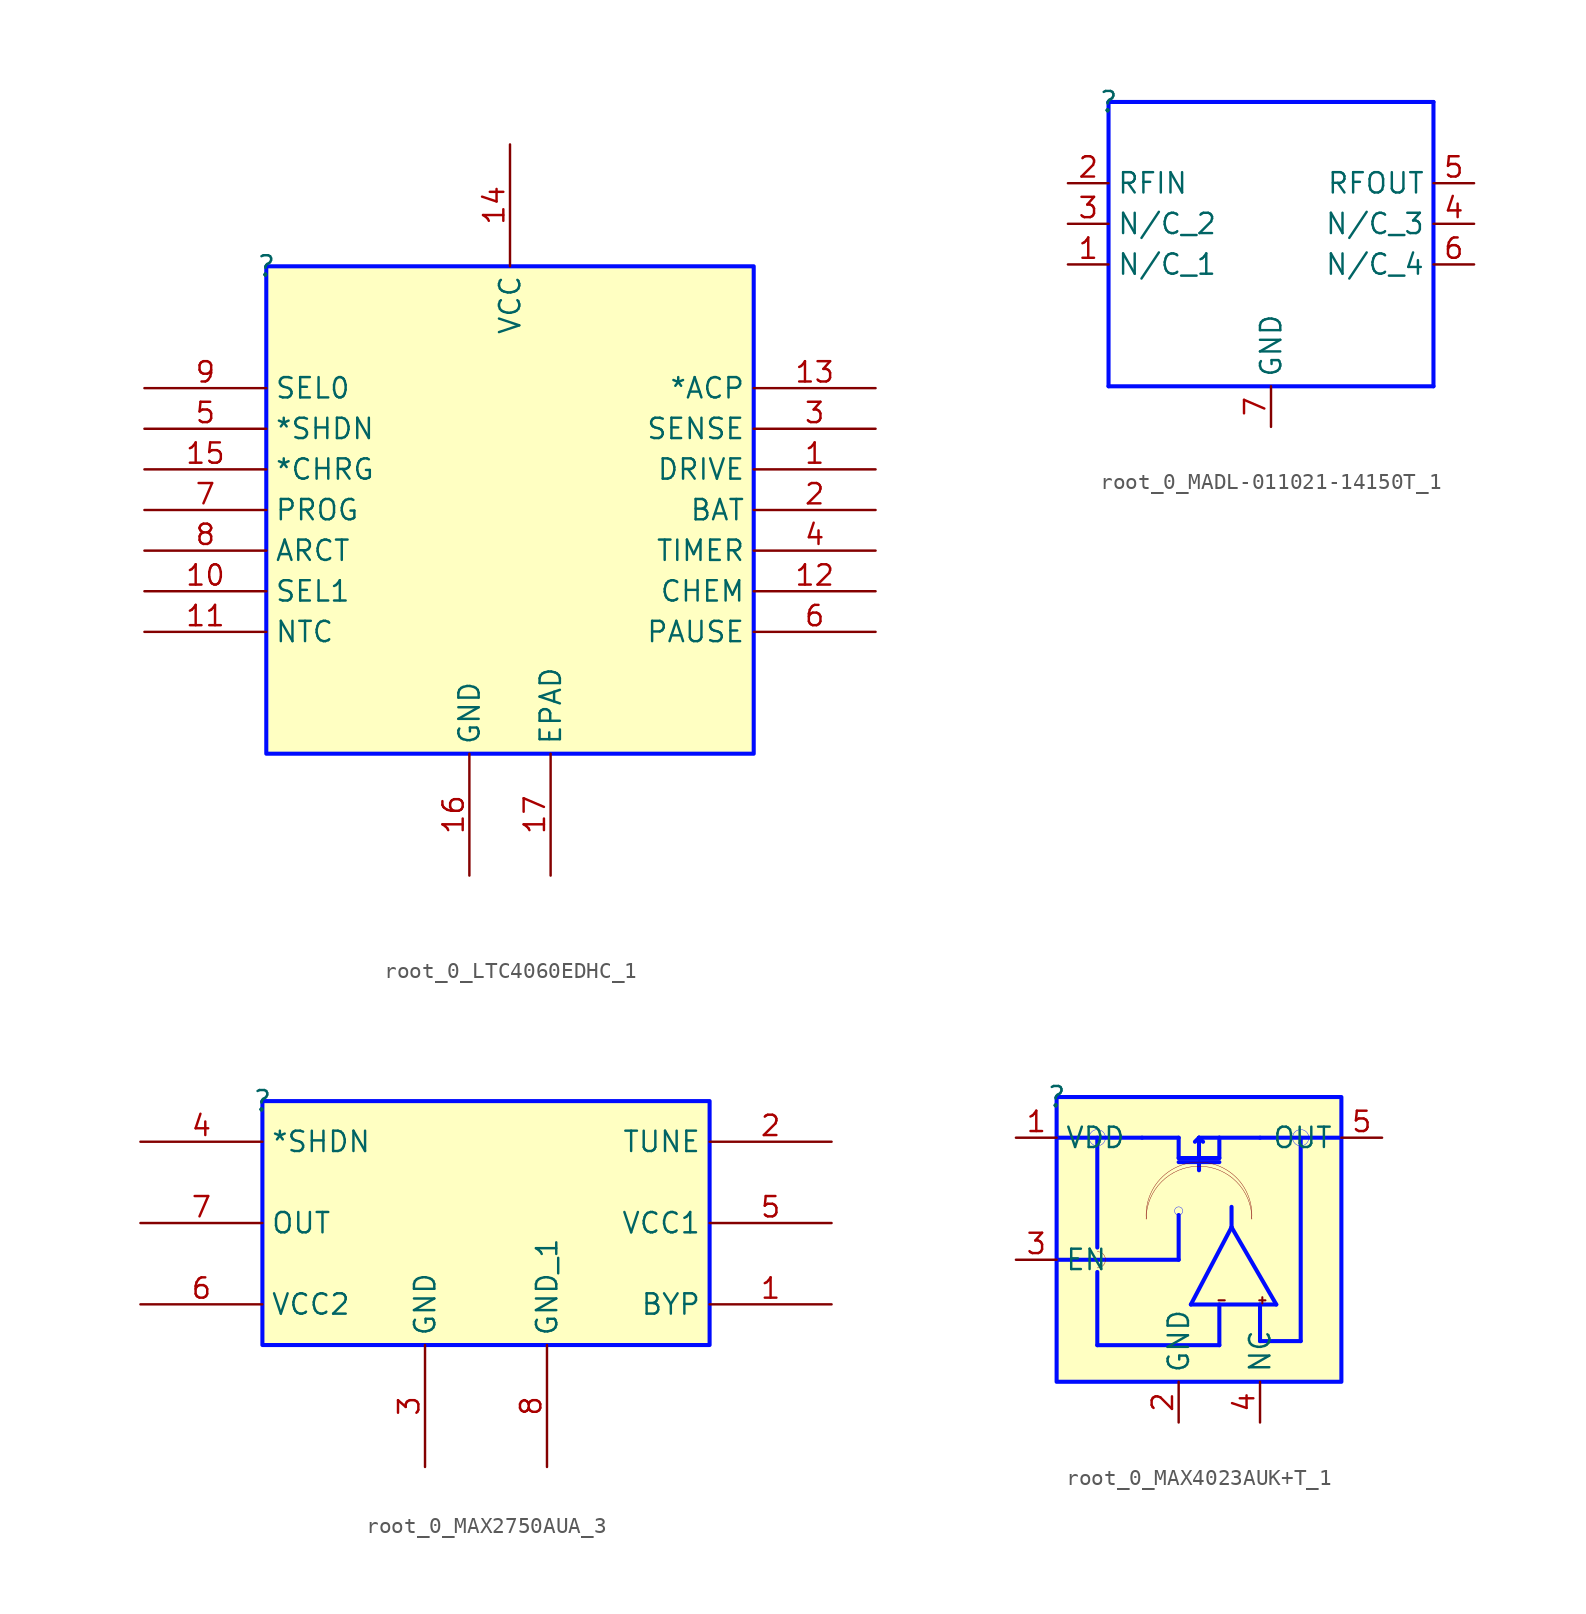
<source format=kicad_sym>
(kicad_symbol_lib
  (version 20231120)
  (generator "kicad_symbol_editor")
  (generator_version "8.0")
  (symbol "root_0_LTC4060EDHC_1"
    (property "Reference" ""
      (at 0 0 0)
      (effects (font (size 1.27 1.27))))
    (property "Value" ""
      (at 0 0 0)
      (effects (font (size 1.27 1.27))))
    (symbol "root_0_LTC4060EDHC_1_1_0"
      (rectangle (start 30.48 0) (end 0 -30.48) (stroke (width 0.254) (type solid) (color 0 11 255 1)) (fill (type background)))
      (pin output line (at 38.1 -12.7 180) (length 7.62) (name "DRIVE" (effects (font (size 1.27 1.27)))) (number "1" (effects (font (size 1.27 1.27)))))
      (pin input line (at -7.62 -20.32 0) (length 7.62) (name "SEL1" (effects (font (size 1.27 1.27)))) (number "10" (effects (font (size 1.27 1.27)))))
      (pin input line (at -7.62 -22.86 0) (length 7.62) (name "NTC" (effects (font (size 1.27 1.27)))) (number "11" (effects (font (size 1.27 1.27)))))
      (pin input line (at 38.1 -20.32 180) (length 7.62) (name "CHEM" (effects (font (size 1.27 1.27)))) (number "12" (effects (font (size 1.27 1.27)))))
      (pin output line (at 38.1 -7.62 180) (length 7.62) (name "*ACP" (effects (font (size 1.27 1.27)))) (number "13" (effects (font (size 1.27 1.27)))))
      (pin power_in line (at 15.24 7.62 270) (length 7.62) (name "VCC" (effects (font (size 1.27 1.27)))) (number "14" (effects (font (size 1.27 1.27)))))
      (pin output line (at -7.62 -12.7 0) (length 7.62) (name "*CHRG" (effects (font (size 1.27 1.27)))) (number "15" (effects (font (size 1.27 1.27)))))
      (pin power_in line (at 12.7 -38.1 90) (length 7.62) (name "GND" (effects (font (size 1.27 1.27)))) (number "16" (effects (font (size 1.27 1.27)))))
      (pin passive line (at 17.78 -38.1 90) (length 7.62) (name "EPAD" (effects (font (size 1.27 1.27)))) (number "17" (effects (font (size 1.27 1.27)))))
      (pin input line (at 38.1 -15.24 180) (length 7.62) (name "BAT" (effects (font (size 1.27 1.27)))) (number "2" (effects (font (size 1.27 1.27)))))
      (pin input line (at 38.1 -10.16 180) (length 7.62) (name "SENSE" (effects (font (size 1.27 1.27)))) (number "3" (effects (font (size 1.27 1.27)))))
      (pin input line (at 38.1 -17.78 180) (length 7.62) (name "TIMER" (effects (font (size 1.27 1.27)))) (number "4" (effects (font (size 1.27 1.27)))))
      (pin input line (at -7.62 -10.16 0) (length 7.62) (name "*SHDN" (effects (font (size 1.27 1.27)))) (number "5" (effects (font (size 1.27 1.27)))))
      (pin input line (at 38.1 -22.86 180) (length 7.62) (name "PAUSE" (effects (font (size 1.27 1.27)))) (number "6" (effects (font (size 1.27 1.27)))))
      (pin input line (at -7.62 -15.24 0) (length 7.62) (name "PROG" (effects (font (size 1.27 1.27)))) (number "7" (effects (font (size 1.27 1.27)))))
      (pin input line (at -7.62 -17.78 0) (length 7.62) (name "ARCT" (effects (font (size 1.27 1.27)))) (number "8" (effects (font (size 1.27 1.27)))))
      (pin input line (at -7.62 -7.62 0) (length 7.62) (name "SEL0" (effects (font (size 1.27 1.27)))) (number "9" (effects (font (size 1.27 1.27)))))))
  (symbol "root_0_MADL-011021-14150T_1"
    (property "Reference" ""
      (at 0 0 0)
      (effects (font (size 1.27 1.27))))
    (property "Value" ""
      (at 0 0 0)
      (effects (font (size 1.27 1.27))))
    (symbol "root_0_MADL-011021-14150T_1_1_0"
      (polyline (pts (xy 0 0) (xy 0 -17.78)) (stroke (width 0.254) (type solid) (color 0 11 255 1)) (fill (type none)))
      (polyline (pts (xy 0 0) (xy 20.32 0)) (stroke (width 0.254) (type solid) (color 0 11 255 1)) (fill (type none)))
      (polyline (pts (xy 20.32 -17.78) (xy 0 -17.78)) (stroke (width 0.254) (type solid) (color 0 11 255 1)) (fill (type none)))
      (polyline (pts (xy 20.32 -17.78) (xy 20.32 0)) (stroke (width 0.254) (type solid) (color 0 11 255 1)) (fill (type none)))
      (pin passive line (at -2.54 -10.16 0) (length 2.54) (name "N/C_1" (effects (font (size 1.27 1.27)))) (number "1" (effects (font (size 1.27 1.27)))))
      (pin passive line (at -2.54 -5.08 0) (length 2.54) (name "RFIN" (effects (font (size 1.27 1.27)))) (number "2" (effects (font (size 1.27 1.27)))))
      (pin passive line (at -2.54 -7.62 0) (length 2.54) (name "N/C_2" (effects (font (size 1.27 1.27)))) (number "3" (effects (font (size 1.27 1.27)))))
      (pin passive line (at 22.86 -7.62 180) (length 2.54) (name "N/C_3" (effects (font (size 1.27 1.27)))) (number "4" (effects (font (size 1.27 1.27)))))
      (pin passive line (at 22.86 -5.08 180) (length 2.54) (name "RFOUT" (effects (font (size 1.27 1.27)))) (number "5" (effects (font (size 1.27 1.27)))))
      (pin passive line (at 22.86 -10.16 180) (length 2.54) (name "N/C_4" (effects (font (size 1.27 1.27)))) (number "6" (effects (font (size 1.27 1.27)))))
      (pin passive line (at 10.16 -20.32 90) (length 2.54) (name "GND" (effects (font (size 1.27 1.27)))) (number "7" (effects (font (size 1.27 1.27)))))))
  (symbol "root_0_MAX2750AUA_3"
    (property "Reference" ""
      (at 0 0 0)
      (effects (font (size 1.27 1.27))))
    (property "Value" ""
      (at 0 0 0)
      (effects (font (size 1.27 1.27))))
    (symbol "root_0_MAX2750AUA_3_1_0"
      (rectangle (start 27.94 0) (end 0 -15.24) (stroke (width 0.254) (type solid) (color 0 11 255 1)) (fill (type background)))
      (pin passive line (at 35.56 -12.7 180) (length 7.62) (name "BYP" (effects (font (size 1.27 1.27)))) (number "1" (effects (font (size 1.27 1.27)))))
      (pin passive line (at 35.56 -2.54 180) (length 7.62) (name "TUNE" (effects (font (size 1.27 1.27)))) (number "2" (effects (font (size 1.27 1.27)))))
      (pin power_in line (at 10.16 -22.86 90) (length 7.62) (name "GND" (effects (font (size 1.27 1.27)))) (number "3" (effects (font (size 1.27 1.27)))))
      (pin passive line (at -7.62 -2.54 0) (length 7.62) (name "*SHDN" (effects (font (size 1.27 1.27)))) (number "4" (effects (font (size 1.27 1.27)))))
      (pin power_in line (at 35.56 -7.62 180) (length 7.62) (name "VCC1" (effects (font (size 1.27 1.27)))) (number "5" (effects (font (size 1.27 1.27)))))
      (pin power_in line (at -7.62 -12.7 0) (length 7.62) (name "VCC2" (effects (font (size 1.27 1.27)))) (number "6" (effects (font (size 1.27 1.27)))))
      (pin output line (at -7.62 -7.62 0) (length 7.62) (name "OUT" (effects (font (size 1.27 1.27)))) (number "7" (effects (font (size 1.27 1.27)))))
      (pin power_in line (at 17.78 -22.86 90) (length 7.62) (name "GND_1" (effects (font (size 1.27 1.27)))) (number "8" (effects (font (size 1.27 1.27)))))))
  (symbol "root_0_MAX4023AUK+T_1"
    (property "Reference" ""
      (at 0 0 0)
      (effects (font (size 1.27 1.27))))
    (property "Value" ""
      (at 0 0 0)
      (effects (font (size 1.27 1.27))))
    (symbol "root_0_MAX4023AUK+T_1_1_0"
      (polyline (pts (xy 0 -10.16) (xy 7.62 -10.16)) (stroke (width 0.254) (type solid) (color 0 11 255 1)) (fill (type none)))
      (polyline (pts (xy 2.54 -15.494) (xy 2.54 -10.922)) (stroke (width 0.254) (type solid) (color 0 11 255 1)) (fill (type none)))
      (polyline (pts (xy 2.54 -9.398) (xy 2.54 -2.54)) (stroke (width 0.254) (type solid) (color 0 11 255 1)) (fill (type none)))
      (polyline (pts (xy 5.334 -2.54) (xy 0 -2.54)) (stroke (width 0.254) (type solid) (color 0 11 255 1)) (fill (type none)))
      (polyline (pts (xy 5.334 -2.54) (xy 7.62 -2.54)) (stroke (width 0.254) (type solid) (color 0 11 255 1)) (fill (type none)))
      (polyline (pts (xy 7.62 -10.16) (xy 7.62 -7.366)) (stroke (width 0.254) (type solid) (color 0 11 255 1)) (fill (type none)))
      (polyline (pts (xy 7.62 -4.064) (xy 10.16 -4.064)) (stroke (width 0.254) (type solid) (color 0 11 255 1)) (fill (type none)))
      (polyline (pts (xy 7.62 -3.81) (xy 10.16 -3.81)) (stroke (width 0.254) (type solid) (color 0 11 255 1)) (fill (type none)))
      (polyline (pts (xy 7.62 -2.54) (xy 7.62 -3.81)) (stroke (width 0.254) (type solid) (color 0 11 255 1)) (fill (type none)))
      (polyline (pts (xy 8.382 -12.954) (xy 13.716 -12.954)) (stroke (width 0.254) (type solid) (color 0 11 255 1)) (fill (type none)))
      (polyline (pts (xy 8.636 -2.794) (xy 8.89 -2.54)) (stroke (width 0.254) (type solid) (color 0 11 255 1)) (fill (type none)))
      (polyline (pts (xy 8.89 -4.572) (xy 8.89 -4.064)) (stroke (width 0.254) (type solid) (color 0 11 255 1)) (fill (type none)))
      (polyline (pts (xy 8.89 -3.81) (xy 8.89 -2.54)) (stroke (width 0.254) (type solid) (color 0 11 255 1)) (fill (type none)))
      (polyline (pts (xy 8.89 -2.54) (xy 9.144 -2.794)) (stroke (width 0.254) (type solid) (color 0 11 255 1)) (fill (type none)))
      (polyline (pts (xy 8.89 -2.54) (xy 10.16 -2.54)) (stroke (width 0.254) (type solid) (color 0 11 255 1)) (fill (type none)))
      (polyline (pts (xy 10.16 -15.494) (xy 2.54 -15.494)) (stroke (width 0.254) (type solid) (color 0 11 255 1)) (fill (type none)))
      (polyline (pts (xy 10.16 -12.954) (xy 10.16 -15.494)) (stroke (width 0.254) (type solid) (color 0 11 255 1)) (fill (type none)))
      (polyline (pts (xy 10.16 -3.81) (xy 10.16 -2.54)) (stroke (width 0.254) (type solid) (color 0 11 255 1)) (fill (type none)))
      (polyline (pts (xy 10.16 -2.54) (xy 12.7 -2.54)) (stroke (width 0.254) (type solid) (color 0 11 255 1)) (fill (type none)))
      (polyline (pts (xy 10.922 -8.128) (xy 8.382 -12.954)) (stroke (width 0.254) (type solid) (color 0 11 255 1)) (fill (type none)))
      (polyline (pts (xy 10.922 -8.128) (xy 10.922 -6.858)) (stroke (width 0.254) (type solid) (color 0 11 255 1)) (fill (type none)))
      (polyline (pts (xy 12.7 -15.24) (xy 15.24 -15.24)) (stroke (width 0.254) (type solid) (color 0 11 255 1)) (fill (type none)))
      (polyline (pts (xy 12.7 -12.954) (xy 12.7 -15.24)) (stroke (width 0.254) (type solid) (color 0 11 255 1)) (fill (type none)))
      (polyline (pts (xy 12.7 -2.54) (xy 17.78 -2.54)) (stroke (width 0.254) (type solid) (color 0 11 255 1)) (fill (type none)))
      (polyline (pts (xy 13.716 -12.954) (xy 10.922 -8.128)) (stroke (width 0.254) (type solid) (color 0 11 255 1)) (fill (type none)))
      (polyline (pts (xy 15.24 -15.24) (xy 15.24 -2.54)) (stroke (width 0.254) (type solid) (color 0 11 255 1)) (fill (type none)))
      (arc (start 2.54 -10.668) (mid 3.048 -10.16) (end 2.54 -9.652) (stroke (width 0.0254) (type solid)) (fill (type none)))
      (circle (center 2.54 -2.54) (radius 0.508) (stroke (width 0.025) (type solid) (color 0 11 255 1)) (fill (type color) (color 0 0 255 1)))
      (circle (center 7.62 -7.112) (radius 0.254) (stroke (width 0.025) (type solid) (color 0 11 255 1)) (fill (type none)))
      (arc (start 12.1823 -7.6193) (mid 8.89 -4.064) (end 5.5977 -7.6192) (stroke (width 0.0254) (type solid)) (fill (type none)))
      (arc (start 12.192 -7.62) (mid 8.89 -4.318) (end 5.588 -7.62) (stroke (width 0.0254) (type solid)) (fill (type none)))
      (circle (center 15.24 -2.54) (radius 0.508) (stroke (width 0.025) (type solid) (color 0 11 255 1)) (fill (type color) (color 0 0 255 1)))
      (rectangle (start 17.78 0) (end 0 -17.78) (stroke (width 0.254) (type solid) (color 0 11 255 1)) (fill (type background)))
      (text "+" (at 12.446 -12.954 0) (effects (font (size 0.508 0.508)) (justify left bottom)))
      (text "-" (at 9.906 -12.954 0) (effects (font (size 0.508 0.508)) (justify left bottom)))
      (pin power_in line (at -2.54 -2.54 0) (length 2.54) (name "VDD" (effects (font (size 1.27 1.27)))) (number "1" (effects (font (size 1.27 1.27)))))
      (pin power_in line (at 7.62 -20.32 90) (length 2.54) (name "GND" (effects (font (size 1.27 1.27)))) (number "2" (effects (font (size 1.27 1.27)))))
      (pin passive line (at -2.54 -10.16 0) (length 2.54) (name "EN" (effects (font (size 1.27 1.27)))) (number "3" (effects (font (size 1.27 1.27)))))
      (pin power_in line (at 12.7 -20.32 90) (length 2.54) (name "NC" (effects (font (size 1.27 1.27)))) (number "4" (effects (font (size 1.27 1.27)))))
      (pin passive line (at 20.32 -2.54 180) (length 2.54) (name "OUT" (effects (font (size 1.27 1.27)))) (number "5" (effects (font (size 1.27 1.27))))))))
</source>
